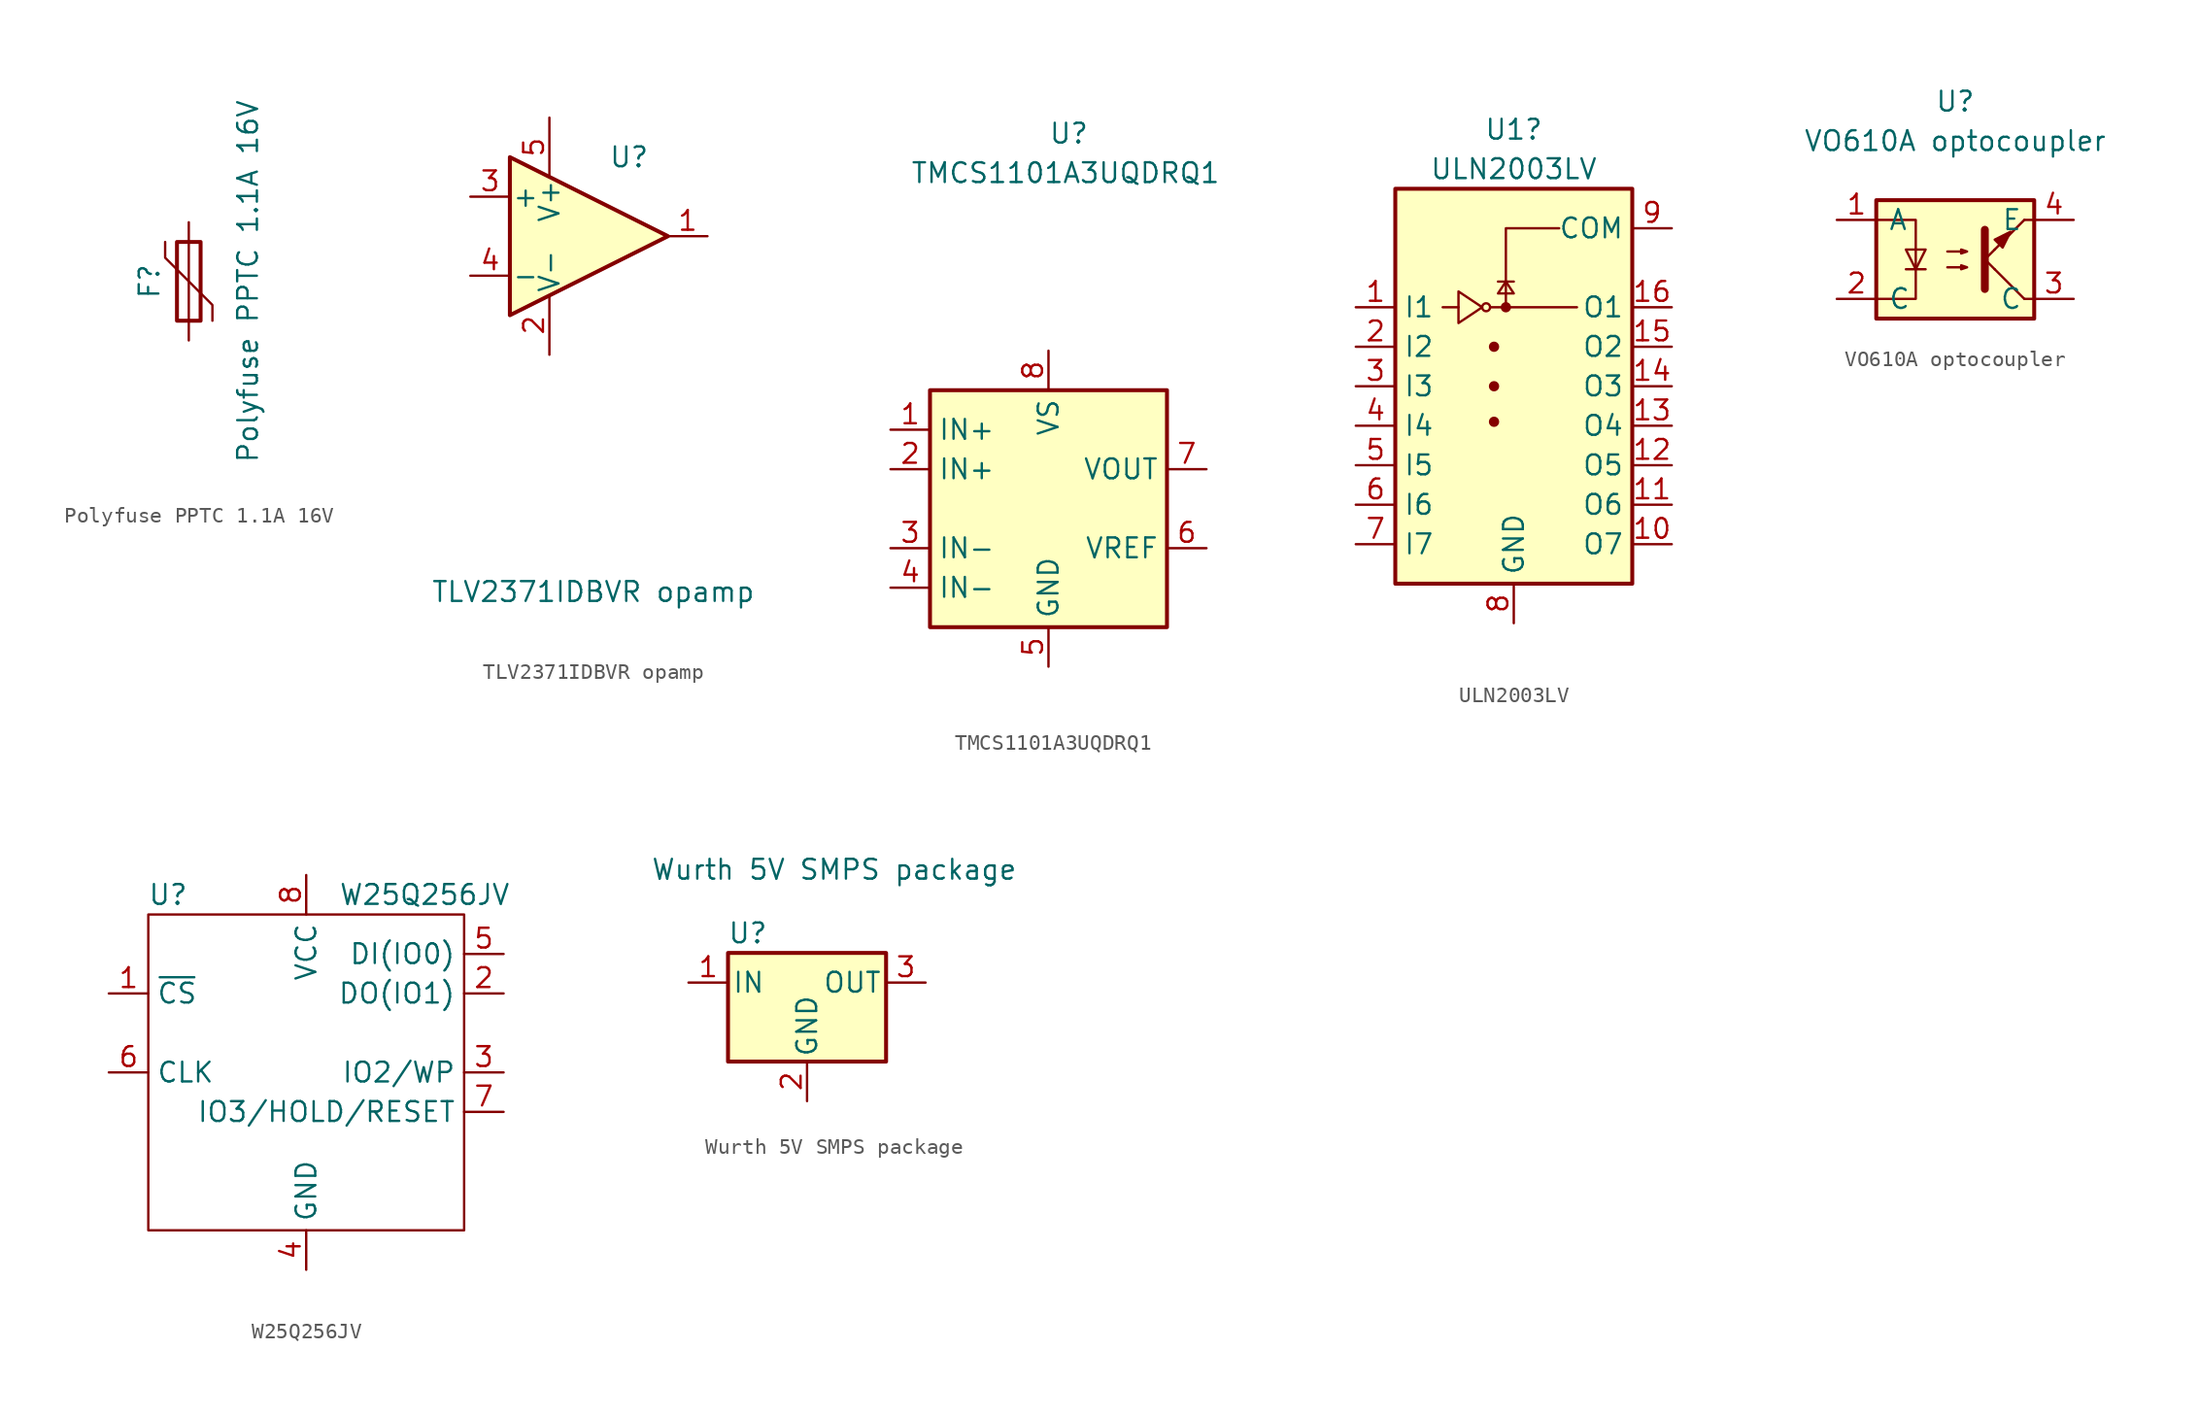
<source format=kicad_sym>
(kicad_symbol_lib
  (version 20211014)
  (generator kicad_symbol_editor)
  (symbol "Polyfuse PPTC 1.1A 16V"
    (pin_numbers hide)
    (pin_names
      (offset 0))
    (property "Reference" "F"
      (at -2.54 0 90)
      (effects (font (size 1.27 1.27))))
    (property "Value" "Polyfuse PPTC 1.1A 16V"
      (at 3.81 0 90)
      (effects (font (size 1.27 1.27))))
    (symbol "Polyfuse PPTC 1.1A 16V_0_1"
      (rectangle (start -0.762 2.54) (end 0.762 -2.54) (stroke (width 0.254) (type default) (color 0 0 0 0)) (fill (type none)))
      (polyline (pts (xy 0 2.54) (xy 0 -2.54)) (stroke (width 0) (type default) (color 0 0 0 0)) (fill (type none)))
      (polyline (pts (xy -1.524 2.54) (xy -1.524 1.524) (xy 1.524 -1.524) (xy 1.524 -2.54)) (stroke (width 0) (type default) (color 0 0 0 0)) (fill (type none))))
    (symbol "Polyfuse PPTC 1.1A 16V_1_1"
      (pin passive line (at 0 3.81 270) (length 1.27) (name "~" (effects (font (size 1.27 1.27)))) (number "1" (effects (font (size 1.27 1.27)))))
      (pin passive line (at 0 -3.81 90) (length 1.27) (name "~" (effects (font (size 1.27 1.27)))) (number "2" (effects (font (size 1.27 1.27)))))))
  (symbol "TLV2371IDBVR opamp"
    (pin_names
      (offset 0.127))
    (property "Reference" "U"
      (at 1.27 5.08 0)
      (effects (font (size 1.27 1.27)) (justify left)))
    (property "Value" "TLV2371IDBVR opamp"
      (at -10.16 -22.86 0)
      (effects (font (size 1.27 1.27)) (justify left)))
    (symbol "TLV2371IDBVR opamp_0_1"
      (polyline (pts (xy -5.08 5.08) (xy 5.08 0) (xy -5.08 -5.08) (xy -5.08 5.08)) (stroke (width 0.254) (type default) (color 0 0 0 0)) (fill (type background))))
    (symbol "TLV2371IDBVR opamp_1_1"
      (pin output line (at 7.62 0 180) (length 2.54) (name "~" (effects (font (size 1.27 1.27)))) (number "1" (effects (font (size 1.27 1.27)))))
      (pin power_in line (at -2.54 -7.62 90) (length 3.81) (name "V-" (effects (font (size 1.27 1.27)))) (number "2" (effects (font (size 1.27 1.27)))))
      (pin input line (at -7.62 2.54 0) (length 2.54) (name "+" (effects (font (size 1.27 1.27)))) (number "3" (effects (font (size 1.27 1.27)))))
      (pin input line (at -7.62 -2.54 0) (length 2.54) (name "-" (effects (font (size 1.27 1.27)))) (number "4" (effects (font (size 1.27 1.27)))))
      (pin power_in line (at -2.54 7.62 270) (length 3.81) (name "V+" (effects (font (size 1.27 1.27)))) (number "5" (effects (font (size 1.27 1.27)))))))
  (symbol "TMCS1101A3UQDRQ1"
    (property "Reference" "U"
      (at 0 24.13 0)
      (effects (font (size 1.27 1.27)) (justify left)))
    (property "Value" "TMCS1101A3UQDRQ1"
      (at -8.89 21.59 0)
      (effects (font (size 1.27 1.27)) (justify left)))
    (symbol "TMCS1101A3UQDRQ1_0_1"
      (rectangle (start -7.62 7.62) (end 7.62 -7.62) (stroke (width 0.254) (type default) (color 0 0 0 0)) (fill (type background))))
    (symbol "TMCS1101A3UQDRQ1_1_1"
      (pin passive line (at -10.16 5.08 0) (length 2.54) (name "IN+" (effects (font (size 1.27 1.27)))) (number "1" (effects (font (size 1.27 1.27)))))
      (pin passive line (at -10.16 2.54 0) (length 2.54) (name "IN+" (effects (font (size 1.27 1.27)))) (number "2" (effects (font (size 1.27 1.27)))))
      (pin passive line (at -10.16 -2.54 0) (length 2.54) (name "IN-" (effects (font (size 1.27 1.27)))) (number "3" (effects (font (size 1.27 1.27)))))
      (pin passive line (at -10.16 -5.08 0) (length 2.54) (name "IN-" (effects (font (size 1.27 1.27)))) (number "4" (effects (font (size 1.27 1.27)))))
      (pin power_in line (at 0 -10.16 90) (length 2.54) (name "GND" (effects (font (size 1.27 1.27)))) (number "5" (effects (font (size 1.27 1.27)))))
      (pin passive line (at 10.16 -2.54 180) (length 2.54) (name "VREF" (effects (font (size 1.27 1.27)))) (number "6" (effects (font (size 1.27 1.27)))))
      (pin output line (at 10.16 2.54 180) (length 2.54) (name "VOUT" (effects (font (size 1.27 1.27)))) (number "7" (effects (font (size 1.27 1.27)))))
      (pin power_in line (at 0 10.16 270) (length 2.54) (name "VS" (effects (font (size 1.27 1.27)))) (number "8" (effects (font (size 1.27 1.27)))))))
  (symbol "ULN2003LV"
    (property "Reference" "U1"
      (at 0 16.51 0)
      (effects (font (size 1.27 1.27))))
    (property "Value" "ULN2003LV"
      (at 0 13.97 0)
      (effects (font (size 1.27 1.27))))
    (symbol "ULN2003LV_0_1"
      (rectangle (start -7.62 -12.7) (end 7.62 12.7) (stroke (width 0.254) (type default) (color 0 0 0 0)) (fill (type background)))
      (circle (center -1.778 5.08) (radius 0.254) (stroke (width 0) (type default) (color 0 0 0 0)) (fill (type none)))
      (circle (center -1.27 -2.286) (radius 0.254) (stroke (width 0) (type default) (color 0 0 0 0)) (fill (type outline)))
      (circle (center -1.27 0) (radius 0.254) (stroke (width 0) (type default) (color 0 0 0 0)) (fill (type outline)))
      (circle (center -1.27 2.54) (radius 0.254) (stroke (width 0) (type default) (color 0 0 0 0)) (fill (type outline)))
      (circle (center -0.508 5.08) (radius 0.254) (stroke (width 0) (type default) (color 0 0 0 0)) (fill (type outline)))
      (polyline (pts (xy -4.572 5.08) (xy -3.556 5.08)) (stroke (width 0) (type default) (color 0 0 0 0)) (fill (type none)))
      (polyline (pts (xy -1.524 5.08) (xy 4.064 5.08)) (stroke (width 0) (type default) (color 0 0 0 0)) (fill (type none)))
      (polyline (pts (xy 0 6.731) (xy -1.016 6.731)) (stroke (width 0) (type default) (color 0 0 0 0)) (fill (type none)))
      (polyline (pts (xy -0.508 5.08) (xy -0.508 10.16) (xy 2.921 10.16)) (stroke (width 0) (type default) (color 0 0 0 0)) (fill (type none)))
      (polyline (pts (xy -3.556 6.096) (xy -3.556 4.064) (xy -2.032 5.08) (xy -3.556 6.096)) (stroke (width 0) (type default) (color 0 0 0 0)) (fill (type none)))
      (polyline (pts (xy 0 5.969) (xy -1.016 5.969) (xy -0.508 6.731) (xy 0 5.969)) (stroke (width 0) (type default) (color 0 0 0 0)) (fill (type none))))
    (symbol "ULN2003LV_1_1"
      (pin input line (at -10.16 5.08 0) (length 2.54) (name "I1" (effects (font (size 1.27 1.27)))) (number "1" (effects (font (size 1.27 1.27)))))
      (pin open_collector line (at 10.16 -10.16 180) (length 2.54) (name "O7" (effects (font (size 1.27 1.27)))) (number "10" (effects (font (size 1.27 1.27)))))
      (pin open_collector line (at 10.16 -7.62 180) (length 2.54) (name "O6" (effects (font (size 1.27 1.27)))) (number "11" (effects (font (size 1.27 1.27)))))
      (pin open_collector line (at 10.16 -5.08 180) (length 2.54) (name "O5" (effects (font (size 1.27 1.27)))) (number "12" (effects (font (size 1.27 1.27)))))
      (pin open_collector line (at 10.16 -2.54 180) (length 2.54) (name "O4" (effects (font (size 1.27 1.27)))) (number "13" (effects (font (size 1.27 1.27)))))
      (pin open_collector line (at 10.16 0 180) (length 2.54) (name "O3" (effects (font (size 1.27 1.27)))) (number "14" (effects (font (size 1.27 1.27)))))
      (pin open_collector line (at 10.16 2.54 180) (length 2.54) (name "O2" (effects (font (size 1.27 1.27)))) (number "15" (effects (font (size 1.27 1.27)))))
      (pin open_collector line (at 10.16 5.08 180) (length 2.54) (name "O1" (effects (font (size 1.27 1.27)))) (number "16" (effects (font (size 1.27 1.27)))))
      (pin input line (at -10.16 2.54 0) (length 2.54) (name "I2" (effects (font (size 1.27 1.27)))) (number "2" (effects (font (size 1.27 1.27)))))
      (pin input line (at -10.16 0 0) (length 2.54) (name "I3" (effects (font (size 1.27 1.27)))) (number "3" (effects (font (size 1.27 1.27)))))
      (pin input line (at -10.16 -2.54 0) (length 2.54) (name "I4" (effects (font (size 1.27 1.27)))) (number "4" (effects (font (size 1.27 1.27)))))
      (pin input line (at -10.16 -5.08 0) (length 2.54) (name "I5" (effects (font (size 1.27 1.27)))) (number "5" (effects (font (size 1.27 1.27)))))
      (pin input line (at -10.16 -7.62 0) (length 2.54) (name "I6" (effects (font (size 1.27 1.27)))) (number "6" (effects (font (size 1.27 1.27)))))
      (pin input line (at -10.16 -10.16 0) (length 2.54) (name "I7" (effects (font (size 1.27 1.27)))) (number "7" (effects (font (size 1.27 1.27)))))
      (pin power_in line (at 0 -15.24 90) (length 2.54) (name "GND" (effects (font (size 1.27 1.27)))) (number "8" (effects (font (size 1.27 1.27)))))
      (pin passive line (at 10.16 10.16 180) (length 2.54) (name "COM" (effects (font (size 1.27 1.27)))) (number "9" (effects (font (size 1.27 1.27)))))))
  (symbol "VO610A optocoupler"
    (pin_names
      (offset 0.762))
    (property "Reference" "U"
      (at 0 10.16 0)
      (effects (font (size 1.27 1.27))))
    (property "Value" "VO610A optocoupler"
      (at 0 7.62 0)
      (effects (font (size 1.27 1.27))))
    (symbol "VO610A optocoupler_0_1"
      (rectangle (start -5.08 3.81) (end 5.08 -3.81) (stroke (width 0.254) (type default) (color 0 0 0 0)) (fill (type background)))
      (polyline (pts (xy -3.175 -0.635) (xy -1.905 -0.635)) (stroke (width 0) (type default) (color 0 0 0 0)) (fill (type none)))
      (polyline (pts (xy 2.54 0.635) (xy 4.445 2.54)) (stroke (width 0) (type default) (color 0 0 0 0)) (fill (type none)))
      (polyline (pts (xy 4.445 -2.54) (xy 2.54 -0.635)) (stroke (width 0) (type default) (color 0 0 0 0)) (fill (type outline)))
      (polyline (pts (xy 4.445 -2.54) (xy 5.08 -2.54)) (stroke (width 0) (type default) (color 0 0 0 0)) (fill (type none)))
      (polyline (pts (xy 4.445 2.54) (xy 5.08 2.54)) (stroke (width 0) (type default) (color 0 0 0 0)) (fill (type none)))
      (polyline (pts (xy 1.905 1.905) (xy 1.905 -1.905) (xy 1.905 -1.905)) (stroke (width 0.508) (type default) (color 0 0 0 0)) (fill (type none)))
      (polyline (pts (xy 2.54 0.635) (xy 1.905 0) (xy 2.54 -0.635)) (stroke (width 0.152) (type default) (color 0 0 0 0)) (fill (type none)))
      (polyline (pts (xy -5.08 2.54) (xy -2.54 2.54) (xy -2.54 -2.54) (xy -5.08 -2.54)) (stroke (width 0) (type default) (color 0 0 0 0)) (fill (type none)))
      (polyline (pts (xy -2.54 -0.635) (xy -3.175 0.635) (xy -1.905 0.635) (xy -2.54 -0.635)) (stroke (width 0) (type default) (color 0 0 0 0)) (fill (type none)))
      (polyline (pts (xy -0.508 -0.508) (xy 0.762 -0.508) (xy 0.381 -0.635) (xy 0.381 -0.381) (xy 0.762 -0.508)) (stroke (width 0) (type default) (color 0 0 0 0)) (fill (type none)))
      (polyline (pts (xy -0.508 0.508) (xy 0.762 0.508) (xy 0.381 0.381) (xy 0.381 0.635) (xy 0.762 0.508)) (stroke (width 0) (type default) (color 0 0 0 0)) (fill (type none)))
      (polyline (pts (xy 2.54 1.27) (xy 3.048 0.762) (xy 3.556 1.778) (xy 2.54 1.27) (xy 2.54 1.27)) (stroke (width 0) (type default) (color 0 0 0 0)) (fill (type outline))))
    (symbol "VO610A optocoupler_1_1"
      (pin passive line (at -7.62 2.54 0) (length 2.54) (name "A" (effects (font (size 1.27 1.27)))) (number "1" (effects (font (size 1.27 1.27)))))
      (pin passive line (at -7.62 -2.54 0) (length 2.54) (name "C" (effects (font (size 1.27 1.27)))) (number "2" (effects (font (size 1.27 1.27)))))
      (pin passive line (at 7.62 -2.54 180) (length 2.54) (name "C" (effects (font (size 1.27 1.27)))) (number "3" (effects (font (size 1.27 1.27)))))
      (pin passive line (at 7.62 2.54 180) (length 2.54) (name "E" (effects (font (size 1.27 1.27)))) (number "4" (effects (font (size 1.27 1.27)))))))
  (symbol "W25Q256JV"
    (property "Reference" "U"
      (at -8.89 8.89 0)
      (effects (font (size 1.27 1.27))))
    (property "Value" "W25Q256JV"
      (at 7.62 8.89 0)
      (effects (font (size 1.27 1.27))))
    (symbol "W25Q256JV_0_1"
      (rectangle (start 10.16 -12.7) (end -10.16 7.62) (stroke (width 0.152) (type default) (color 0 0 0 0)) (fill (type none))))
    (symbol "W25Q256JV_1_1"
      (pin input line (at -12.7 2.54 0) (length 2.54) (name "~{CS}" (effects (font (size 1.27 1.27)))) (number "1" (effects (font (size 1.27 1.27)))))
      (pin bidirectional line (at 12.7 2.54 180) (length 2.54) (name "DO(IO1)" (effects (font (size 1.27 1.27)))) (number "2" (effects (font (size 1.27 1.27)))))
      (pin bidirectional line (at 12.7 -2.54 180) (length 2.54) (name "IO2/WP" (effects (font (size 1.27 1.27)))) (number "3" (effects (font (size 1.27 1.27)))))
      (pin power_in line (at 0 -15.24 90) (length 2.54) (name "GND" (effects (font (size 1.27 1.27)))) (number "4" (effects (font (size 1.27 1.27)))))
      (pin bidirectional line (at 12.7 5.08 180) (length 2.54) (name "DI(IO0)" (effects (font (size 1.27 1.27)))) (number "5" (effects (font (size 1.27 1.27)))))
      (pin input line (at -12.7 -2.54 0) (length 2.54) (name "CLK" (effects (font (size 1.27 1.27)))) (number "6" (effects (font (size 1.27 1.27)))))
      (pin bidirectional line (at 12.7 -5.08 180) (length 2.54) (name "IO3/HOLD/RESET" (effects (font (size 1.27 1.27)))) (number "7" (effects (font (size 1.27 1.27)))))
      (pin power_in line (at 0 10.16 270) (length 2.54) (name "VCC" (effects (font (size 1.27 1.27)))) (number "8" (effects (font (size 1.27 1.27)))))))
  (symbol "Wurth 5V SMPS package"
    (pin_names
      (offset 0.254))
    (property "Reference" "U"
      (at -3.81 3.175 0)
      (effects (font (size 1.27 1.27))))
    (property "Value" "Wurth 5V SMPS package"
      (at -10.058 7.264 0)
      (effects (font (size 1.27 1.27)) (justify left)))
    (symbol "Wurth 5V SMPS package_0_1"
      (rectangle (start -5.08 1.905) (end 5.08 -5.08) (stroke (width 0.254) (type default) (color 0 0 0 0)) (fill (type background))))
    (symbol "Wurth 5V SMPS package_1_1"
      (pin power_in line (at -7.62 0 0) (length 2.54) (name "IN" (effects (font (size 1.27 1.27)))) (number "1" (effects (font (size 1.27 1.27)))))
      (pin power_in line (at 0 -7.62 90) (length 2.54) (name "GND" (effects (font (size 1.27 1.27)))) (number "2" (effects (font (size 1.27 1.27)))))
      (pin power_out line (at 7.62 0 180) (length 2.54) (name "OUT" (effects (font (size 1.27 1.27)))) (number "3" (effects (font (size 1.27 1.27))))))))
</source>
